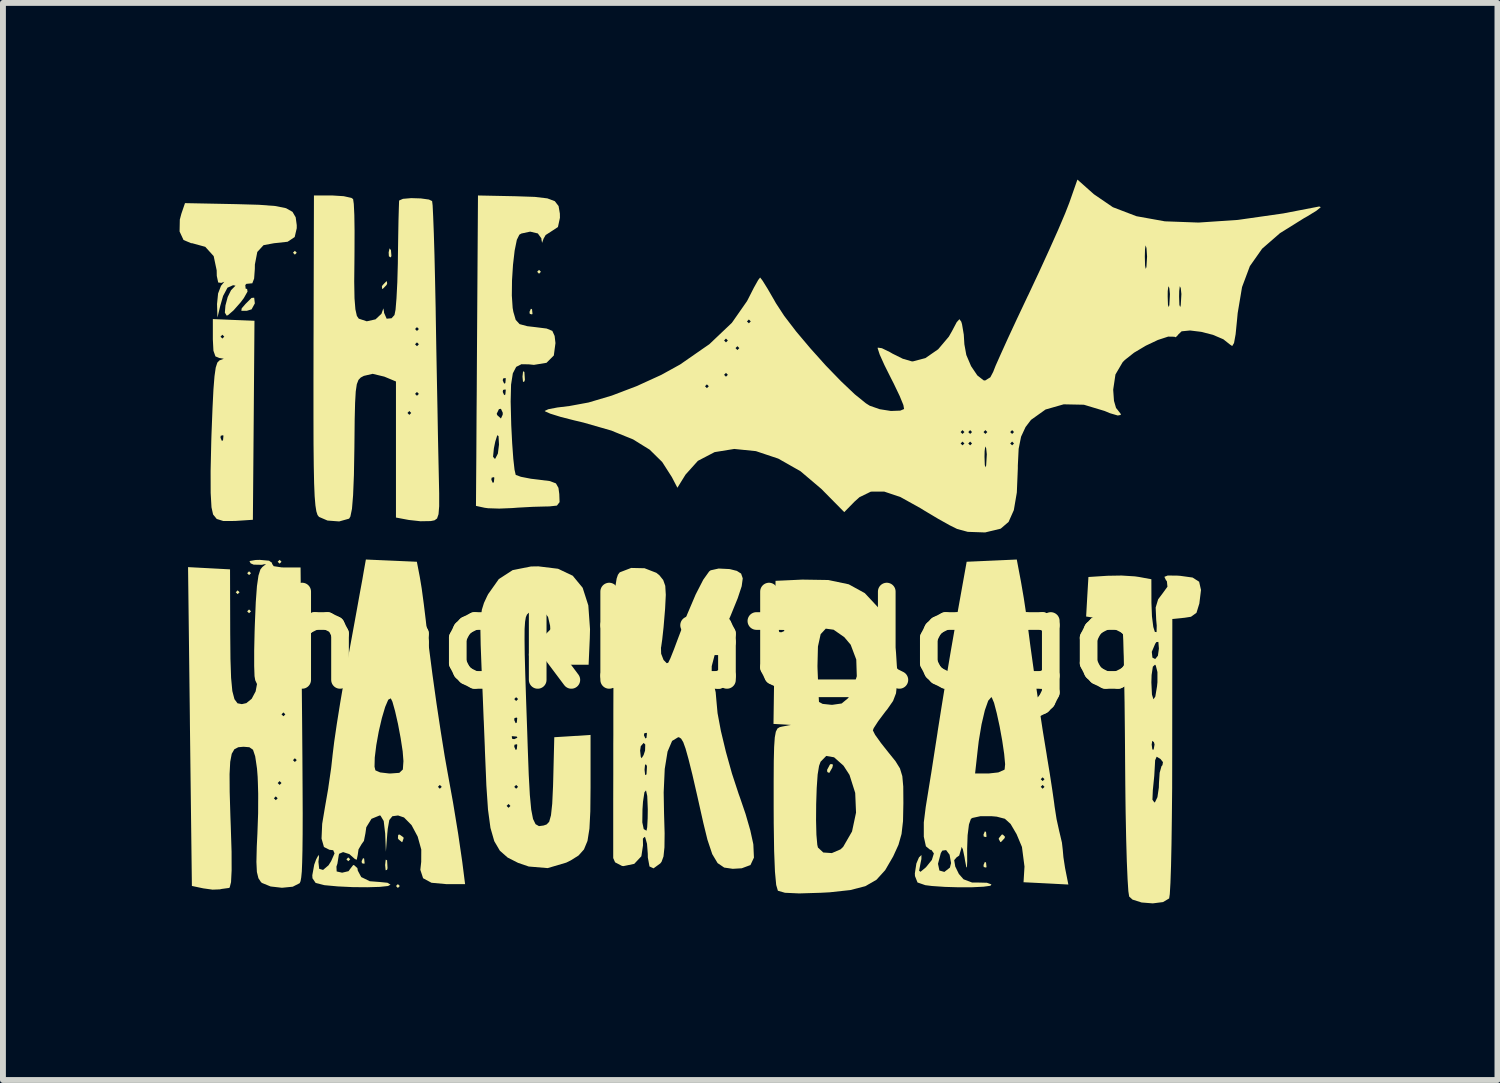
<source format=kicad_pcb>
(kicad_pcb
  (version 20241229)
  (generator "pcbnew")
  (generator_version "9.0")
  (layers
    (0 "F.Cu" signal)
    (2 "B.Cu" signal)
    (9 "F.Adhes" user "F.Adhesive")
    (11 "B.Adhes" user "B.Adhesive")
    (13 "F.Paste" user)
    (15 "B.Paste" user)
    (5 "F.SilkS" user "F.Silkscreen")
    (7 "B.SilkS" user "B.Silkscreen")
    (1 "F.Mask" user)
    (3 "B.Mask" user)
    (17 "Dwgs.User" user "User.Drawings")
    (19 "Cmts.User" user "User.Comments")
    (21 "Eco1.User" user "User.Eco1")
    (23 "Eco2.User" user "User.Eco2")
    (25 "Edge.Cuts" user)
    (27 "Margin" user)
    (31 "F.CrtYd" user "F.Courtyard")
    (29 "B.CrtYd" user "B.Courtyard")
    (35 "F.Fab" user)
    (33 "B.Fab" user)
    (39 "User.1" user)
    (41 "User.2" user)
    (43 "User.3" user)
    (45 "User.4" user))
  (footprint "hackbat_logo"
    (layer "F.Cu")
    (at 9.118 7.819)
    (property "Reference" "hackbat_logo" (at 0 0 0) (layer "F.SilkS") (effects (font (size 1.5 1.5) (thickness 0.3))))
    (attr board_only exclude_from_pos_files exclude_from_bom)
    (fp_poly (pts (xy -8.099 -0.81) (xy -8.132 -0.778) (xy -8.164 -0.81) (xy -8.132 -0.842)) (stroke (width 0) (type solid)) (fill yes) (layer "F.SilkS"))
    (fp_poly (pts (xy -7.905 -1.134) (xy -7.938 -1.102) (xy -7.97 -1.134) (xy -7.938 -1.166)) (stroke (width 0) (type solid)) (fill yes) (layer "F.SilkS"))
    (fp_poly (pts (xy -7.905 -0.486) (xy -7.938 -0.454) (xy -7.97 -0.486) (xy -7.938 -0.518)) (stroke (width 0) (type solid)) (fill yes) (layer "F.SilkS"))
    (fp_poly (pts (xy -7.387 -1.328) (xy -7.419 -1.296) (xy -7.452 -1.328) (xy -7.419 -1.361)) (stroke (width 0) (type solid)) (fill yes) (layer "F.SilkS"))
    (fp_poly (pts (xy -7.128 -6.577) (xy -7.16 -6.544) (xy -7.192 -6.577) (xy -7.16 -6.609)) (stroke (width 0) (type solid)) (fill yes) (layer "F.SilkS"))
    (fp_poly (pts (xy -6.22 3.726) (xy -6.253 3.758) (xy -6.285 3.726) (xy -6.253 3.693)) (stroke (width 0) (type solid)) (fill yes) (layer "F.SilkS"))
    (fp_poly (pts (xy -5.378 4.179) (xy -5.41 4.212) (xy -5.443 4.179) (xy -5.41 4.147)) (stroke (width 0) (type solid)) (fill yes) (layer "F.SilkS"))
    (fp_poly (pts (xy -2.981 -6.253) (xy -3.013 -6.22) (xy -3.045 -6.253) (xy -3.013 -6.285)) (stroke (width 0) (type solid)) (fill yes) (layer "F.SilkS"))
    (fp_poly (pts (xy -5.983 3.715) (xy -5.975 3.792) (xy -5.983 3.801) (xy -6.021 3.792) (xy -6.026 3.758) (xy -6.002 3.705)) (stroke (width 0) (type solid)) (fill yes) (layer "F.SilkS"))
    (fp_poly (pts (xy -5.594 3.742) (xy -5.586 3.875) (xy -5.594 3.904) (xy -5.618 3.912) (xy -5.627 3.823) (xy -5.617 3.731)) (stroke (width 0) (type solid)) (fill yes) (layer "F.SilkS"))
    (fp_poly (pts (xy -5.528 -6.621) (xy -5.52 -6.52) (xy -5.533 -6.497) (xy -5.563 -6.516) (xy -5.567 -6.582) (xy -5.552 -6.651)) (stroke (width 0) (type solid)) (fill yes) (layer "F.SilkS"))
    (fp_poly (pts (xy -3.262 -4.552) (xy -3.253 -4.419) (xy -3.262 -4.39) (xy -3.285 -4.382) (xy -3.294 -4.471) (xy -3.284 -4.563)) (stroke (width 0) (type solid)) (fill yes) (layer "F.SilkS"))
    (fp_poly (pts (xy -3.132 -5.616) (xy -3.124 -5.539) (xy -3.132 -5.529) (xy -3.17 -5.538) (xy -3.175 -5.572) (xy -3.151 -5.626)) (stroke (width 0) (type solid)) (fill yes) (layer "F.SilkS"))
    (fp_poly (pts (xy 4.579 3.261) (xy 4.587 3.338) (xy 4.579 3.348) (xy 4.54 3.339) (xy 4.536 3.305) (xy 4.559 3.251)) (stroke (width 0) (type solid)) (fill yes) (layer "F.SilkS"))
    (fp_poly (pts (xy 4.579 3.78) (xy 4.587 3.857) (xy 4.579 3.866) (xy 4.54 3.857) (xy 4.536 3.823) (xy 4.559 3.77)) (stroke (width 0) (type solid)) (fill yes) (layer "F.SilkS"))
    (fp_poly (pts (xy 1.98 2.117) (xy 1.969 2.167) (xy 1.916 2.259) (xy 1.883 2.243) (xy 1.879 2.207) (xy 1.926 2.119) (xy 1.943 2.106)) (stroke (width 0) (type solid)) (fill yes) (layer "F.SilkS"))
    (fp_poly (pts (xy -5.593 -6.049) (xy -5.605 -6.026) (xy -5.666 -5.964) (xy -5.677 -5.961) (xy -5.682 -6.003) (xy -5.67 -6.026) (xy -5.609 -6.088) (xy -5.597 -6.091)) (stroke (width 0) (type solid)) (fill yes) (layer "F.SilkS"))
    (fp_poly (pts (xy -5.316 3.352) (xy -5.313 3.369) (xy -5.335 3.432) (xy -5.342 3.434) (xy -5.397 3.389) (xy -5.41 3.369) (xy -5.405 3.31) (xy -5.382 3.305)) (stroke (width 0) (type solid)) (fill yes) (layer "F.SilkS"))
    (fp_poly (pts (xy 4.902 3.344) (xy 4.892 3.369) (xy 4.834 3.431) (xy 4.823 3.434) (xy 4.796 3.384) (xy 4.795 3.369) (xy 4.845 3.307) (xy 4.864 3.305)) (stroke (width 0) (type solid)) (fill yes) (layer "F.SilkS"))
    (fp_poly (pts (xy -7.84 -5.718) (xy -7.84 -5.716) (xy -7.895 -5.615) (xy -7.977 -5.59) (xy -8.069 -5.59) (xy -8.063 -5.632) (xy -7.999 -5.706) (xy -7.896 -5.809) (xy -7.851 -5.813)) (stroke (width 0) (type solid)) (fill yes) (layer "F.SilkS"))
    (fp_poly (pts (xy -8.199 -5.435) (xy -7.846 -5.421) (xy -7.859 -3.731) (xy -7.873 -2.041) (xy -8.176 -2.021) (xy -8.375 -2.02) (xy -8.487 -2.055) (xy -8.549 -2.131) (xy -8.576 -2.253) (xy -8.59 -2.498) (xy -8.591 -2.867) (xy -8.58 -3.362) (xy -8.578 -3.434) (xy -8.423 -3.434) (xy -8.4 -3.381) (xy -8.38 -3.391) (xy -8.373 -3.468) (xy -8.38 -3.477) (xy -8.419 -3.468) (xy -8.423 -3.434) (xy -8.578 -3.434) (xy -8.576 -3.492) (xy -8.559 -3.929) (xy -8.543 -4.252) (xy -8.525 -4.479) (xy -8.504 -4.626) (xy -8.477 -4.71) (xy -8.442 -4.747) (xy -8.43 -4.752) (xy -8.367 -4.776) (xy -8.43 -4.787) (xy -8.44 -4.787) (xy -8.509 -4.816) (xy -8.543 -4.912) (xy -8.553 -5.104) (xy -8.553 -5.122) (xy -8.553 -5.151) (xy -8.423 -5.151) (xy -8.391 -5.119) (xy -8.359 -5.151) (xy -8.391 -5.184) (xy -8.423 -5.151) (xy -8.553 -5.151) (xy -8.553 -5.45)) (stroke (width 0) (type solid)) (fill yes) (layer "F.SilkS"))
    (fp_poly (pts (xy -8.158 -7.402) (xy -7.77 -7.391) (xy -7.494 -7.37) (xy -7.31 -7.333) (xy -7.2 -7.271) (xy -7.146 -7.178) (xy -7.128 -7.046) (xy -7.128 -6.993) (xy -7.163 -6.843) (xy -7.283 -6.763) (xy -7.505 -6.739) (xy -7.509 -6.739) (xy -7.692 -6.705) (xy -7.798 -6.59) (xy -7.839 -6.377) (xy -7.84 -6.301) (xy -7.852 -6.138) (xy -7.883 -6.057) (xy -7.901 -6.056) (xy -7.984 -6.048) (xy -8.002 -6.027) (xy -7.996 -5.967) (xy -7.971 -5.961) (xy -7.964 -5.917) (xy -8.027 -5.806) (xy -8.081 -5.734) (xy -8.202 -5.597) (xy -8.295 -5.517) (xy -8.318 -5.508) (xy -8.349 -5.559) (xy -8.339 -5.681) (xy -8.301 -5.824) (xy -8.244 -5.94) (xy -8.212 -5.973) (xy -8.168 -6.017) (xy -8.209 -6.025) (xy -8.304 -5.983) (xy -8.379 -5.843) (xy -8.427 -5.675) (xy -8.475 -5.475) (xy -8.482 -5.705) (xy -8.464 -5.885) (xy -8.414 -6.015) (xy -8.407 -6.023) (xy -8.359 -6.083) (xy -8.404 -6.066) (xy -8.407 -6.064) (xy -8.462 -6.071) (xy -8.486 -6.183) (xy -8.488 -6.278) (xy -8.539 -6.519) (xy -8.682 -6.677) (xy -8.904 -6.738) (xy -8.923 -6.739) (xy -9.051 -6.793) (xy -9.118 -6.937) (xy -9.114 -7.14) (xy -9.088 -7.238) (xy -9.026 -7.419)) (stroke (width 0) (type solid)) (fill yes) (layer "F.SilkS"))
    (fp_poly (pts (xy 1.9 -1.018) (xy 2.247 -0.945) (xy 2.52 -0.795) (xy 2.742 -0.557) (xy 2.895 -0.3) (xy 2.996 -0.054) (xy 3.05 0.213) (xy 3.067 0.486) (xy 3.068 0.738) (xy 3.05 0.906) (xy 3 1.036) (xy 2.905 1.173) (xy 2.867 1.22) (xy 2.748 1.379) (xy 2.671 1.498) (xy 2.657 1.536) (xy 2.695 1.611) (xy 2.795 1.751) (xy 2.916 1.904) (xy 3.041 2.059) (xy 3.117 2.182) (xy 3.157 2.313) (xy 3.173 2.491) (xy 3.175 2.756) (xy 3.175 2.776) (xy 3.169 3.077) (xy 3.144 3.295) (xy 3.092 3.479) (xy 3.002 3.676) (xy 3.001 3.678) (xy 2.866 3.91) (xy 2.718 4.073) (xy 2.529 4.182) (xy 2.273 4.248) (xy 1.923 4.286) (xy 1.772 4.294) (xy 1.406 4.305) (xy 1.164 4.294) (xy 1.046 4.26) (xy 1.043 4.257) (xy 1.015 4.161) (xy 0.994 3.936) (xy 0.98 3.584) (xy 0.973 3.106) (xy 0.973 3.065) (xy 1.692 3.065) (xy 1.698 3.308) (xy 1.713 3.479) (xy 1.724 3.526) (xy 1.815 3.61) (xy 1.96 3.62) (xy 2.107 3.557) (xy 2.152 3.515) (xy 2.303 3.253) (xy 2.371 2.933) (xy 2.357 2.598) (xy 2.26 2.292) (xy 2.158 2.135) (xy 1.998 1.993) (xy 1.865 1.97) (xy 1.769 2.068) (xy 1.743 2.139) (xy 1.719 2.286) (xy 1.703 2.516) (xy 1.694 2.788) (xy 1.692 3.065) (xy 0.973 3.065) (xy 0.972 2.843) (xy 0.972 2.394) (xy 0.974 2.057) (xy 0.98 1.817) (xy 0.991 1.656) (xy 1.009 1.558) (xy 1.036 1.505) (xy 1.074 1.481) (xy 1.118 1.471) (xy 1.264 1.443) (xy 1.116 1.434) (xy 0.969 1.426) (xy 0.983 0.442) (xy 1.716 0.442) (xy 1.717 0.486) (xy 1.727 0.735) (xy 1.735 0.932) (xy 1.741 1.043) (xy 1.742 1.053) (xy 1.804 1.086) (xy 1.946 1.101) (xy 1.966 1.102) (xy 2.127 1.079) (xy 2.236 0.989) (xy 2.3 0.884) (xy 2.384 0.616) (xy 2.375 0.333) (xy 2.28 0.081) (xy 2.171 -0.048) (xy 1.99 -0.174) (xy 1.857 -0.192) (xy 1.77 -0.098) (xy 1.724 0.112) (xy 1.716 0.442) (xy 0.983 0.442) (xy 0.987 0.211) (xy 0.992 -0.173) (xy 1.058 -0.173) (xy 1.067 -0.134) (xy 1.102 -0.13) (xy 1.155 -0.153) (xy 1.145 -0.173) (xy 1.068 -0.181) (xy 1.058 -0.173) (xy 0.992 -0.173) (xy 1.004 -1.004) (xy 1.458 -1.025)) (stroke (width 0) (type solid)) (fill yes) (layer "F.SilkS"))
    (fp_poly (pts (xy 7.82 -1.093) (xy 7.877 -1.089) (xy 8.087 -1.06) (xy 8.198 -0.989) (xy 8.23 -0.849) (xy 8.201 -0.613) (xy 8.2 -0.613) (xy 8.153 -0.461) (xy 8.06 -0.394) (xy 7.952 -0.377) (xy 7.743 -0.356) (xy 7.741 1.976) (xy 7.74 2.516) (xy 7.735 3.016) (xy 7.729 3.461) (xy 7.721 3.836) (xy 7.711 4.126) (xy 7.7 4.316) (xy 7.689 4.39) (xy 7.585 4.452) (xy 7.411 4.474) (xy 7.221 4.459) (xy 7.067 4.41) (xy 7.01 4.358) (xy 6.996 4.267) (xy 6.983 4.064) (xy 6.97 3.763) (xy 6.959 3.38) (xy 6.95 2.932) (xy 6.947 2.713) (xy 7.405 2.713) (xy 7.438 2.76) (xy 7.449 2.755) (xy 7.49 2.67) (xy 7.514 2.506) (xy 7.516 2.431) (xy 7.528 2.255) (xy 7.559 2.144) (xy 7.575 2.127) (xy 7.584 2.075) (xy 7.542 2.022) (xy 7.477 1.983) (xy 7.451 2.043) (xy 7.447 2.12) (xy 7.436 2.31) (xy 7.414 2.53) (xy 7.412 2.549) (xy 7.405 2.713) (xy 6.947 2.713) (xy 6.944 2.435) (xy 6.941 2.073) (xy 6.939 1.776) (xy 7.392 1.776) (xy 7.404 1.861) (xy 7.426 1.862) (xy 7.441 1.775) (xy 7.431 1.737) (xy 7.402 1.713) (xy 7.392 1.776) (xy 6.939 1.776) (xy 6.937 1.552) (xy 6.932 1.069) (xy 6.926 0.72) (xy 7.387 0.72) (xy 7.397 0.928) (xy 7.422 1.008) (xy 7.454 0.962) (xy 7.483 0.788) (xy 7.49 0.718) (xy 7.49 0.545) (xy 7.462 0.434) (xy 7.449 0.42) (xy 7.412 0.454) (xy 7.391 0.595) (xy 7.387 0.72) (xy 6.926 0.72) (xy 6.925 0.641) (xy 6.918 0.283) (xy 6.915 0.202) (xy 7.394 0.202) (xy 7.405 0.3) (xy 7.452 0.324) (xy 7.498 0.268) (xy 7.515 0.146) (xy 7.506 0.033) (xy 7.472 0.036) (xy 7.452 0.065) (xy 7.394 0.202) (xy 6.915 0.202) (xy 6.91 0.013) (xy 6.902 -0.156) (xy 6.896 -0.204) (xy 6.805 -0.29) (xy 6.601 -0.349) (xy 6.571 -0.354) (xy 6.279 -0.398) (xy 6.298 -0.733) (xy 6.318 -1.069) (xy 6.641 -1.09) (xy 6.882 -1.094) (xy 7.107 -1.08) (xy 7.176 -1.07) (xy 7.387 -1.031) (xy 7.388 -0.629) (xy 7.397 -0.401) (xy 7.42 -0.22) (xy 7.446 -0.137) (xy 7.475 -0.133) (xy 7.478 -0.244) (xy 7.469 -0.342) (xy 7.46 -0.551) (xy 7.502 -0.69) (xy 7.572 -0.783) (xy 7.66 -0.904) (xy 7.651 -0.995) (xy 7.633 -1.019) (xy 7.608 -1.072) (xy 7.663 -1.094)) (stroke (width 0) (type solid)) (fill yes) (layer "F.SilkS"))
    (fp_poly (pts (xy -7.599 -1.346) (xy -7.545 -1.308) (xy -7.549 -1.296) (xy -7.52 -1.253) (xy -7.383 -1.232) (xy -7.326 -1.231) (xy -7.063 -1.231) (xy -7.053 -0.243) (xy -7.044 0.619) (xy -7.037 1.36) (xy -7.032 1.99) (xy -7.029 2.517) (xy -7.027 2.95) (xy -7.028 3.3) (xy -7.031 3.574) (xy -7.036 3.781) (xy -7.042 3.932) (xy -7.052 4.034) (xy -7.063 4.096) (xy -7.077 4.129) (xy -7.078 4.131) (xy -7.196 4.191) (xy -7.379 4.209) (xy -7.572 4.187) (xy -7.719 4.127) (xy -7.736 4.112) (xy -7.779 4.047) (xy -7.805 3.941) (xy -7.813 3.771) (xy -7.807 3.511) (xy -7.796 3.284) (xy -7.784 2.943) (xy -7.783 2.689) (xy -7.516 2.689) (xy -7.484 2.721) (xy -7.452 2.689) (xy -7.484 2.657) (xy -7.516 2.689) (xy -7.783 2.689) (xy -7.783 2.608) (xy -7.788 2.43) (xy -7.452 2.43) (xy -7.419 2.462) (xy -7.387 2.43) (xy -7.419 2.397) (xy -7.452 2.43) (xy -7.788 2.43) (xy -7.792 2.324) (xy -7.803 2.184) (xy -7.824 2.041) (xy -7.192 2.041) (xy -7.16 2.073) (xy -7.128 2.041) (xy -7.16 2.009) (xy -7.192 2.041) (xy -7.824 2.041) (xy -7.834 1.976) (xy -7.871 1.865) (xy -7.933 1.822) (xy -8.032 1.814) (xy -8.121 1.822) (xy -8.187 1.856) (xy -8.232 1.933) (xy -8.258 2.069) (xy -8.269 2.28) (xy -8.267 2.582) (xy -8.255 2.992) (xy -8.249 3.155) (xy -8.235 3.595) (xy -8.234 3.912) (xy -8.244 4.113) (xy -8.267 4.204) (xy -8.278 4.212) (xy -8.404 4.229) (xy -8.434 4.236) (xy -8.557 4.241) (xy -8.715 4.219) (xy -8.909 4.178) (xy -8.942 1.471) (xy -8.944 1.264) (xy -7.387 1.264) (xy -7.354 1.296) (xy -7.322 1.264) (xy -7.354 1.231) (xy -7.387 1.264) (xy -8.944 1.264) (xy -8.974 -1.237) (xy -8.618 -1.218) (xy -8.261 -1.199) (xy -8.258 -0.113) (xy -8.254 0.323) (xy -8.243 0.645) (xy -8.222 0.868) (xy -8.186 1.006) (xy -8.134 1.076) (xy -8.06 1.09) (xy -7.984 1.073) (xy -7.893 0.999) (xy -7.826 0.873) (xy -7.803 0.749) (xy -7.833 0.685) (xy -7.845 0.615) (xy -7.851 0.44) (xy -7.851 0.182) (xy -7.844 -0.133) (xy -7.84 -0.255) (xy -7.824 -0.64) (xy -7.804 -0.914) (xy -7.778 -1.094) (xy -7.745 -1.198) (xy -7.711 -1.24) (xy -7.649 -1.289) (xy -7.698 -1.282) (xy -7.717 -1.276) (xy -7.86 -1.279) (xy -7.911 -1.301) (xy -7.931 -1.34) (xy -7.828 -1.358) (xy -7.755 -1.36)) (stroke (width 0) (type solid)) (fill yes) (layer "F.SilkS"))
    (fp_poly (pts (xy -3.408 -7.536) (xy -3.086 -7.525) (xy -2.872 -7.5) (xy -2.745 -7.452) (xy -2.681 -7.369) (xy -2.659 -7.241) (xy -2.658 -7.17) (xy -2.692 -7.013) (xy -2.783 -6.953) (xy -2.901 -6.877) (xy -2.937 -6.813) (xy -2.961 -6.744) (xy -2.972 -6.802) (xy -2.973 -6.82) (xy -3.033 -6.904) (xy -3.163 -6.935) (xy -3.312 -6.903) (xy -3.347 -6.883) (xy -3.39 -6.796) (xy -3.427 -6.614) (xy -3.455 -6.372) (xy -3.472 -6.106) (xy -3.475 -5.85) (xy -3.461 -5.639) (xy -3.449 -5.572) (xy -3.409 -5.436) (xy -3.343 -5.364) (xy -3.213 -5.329) (xy -3.075 -5.313) (xy -2.884 -5.289) (xy -2.787 -5.249) (xy -2.748 -5.163) (xy -2.734 -5.042) (xy -2.762 -4.831) (xy -2.886 -4.707) (xy -3.1 -4.672) (xy -3.186 -4.681) (xy -3.312 -4.683) (xy -3.401 -4.638) (xy -3.458 -4.528) (xy -3.488 -4.337) (xy -3.495 -4.05) (xy -3.485 -3.65) (xy -3.485 -3.649) (xy -3.469 -3.339) (xy -3.45 -3.077) (xy -3.429 -2.89) (xy -3.409 -2.804) (xy -3.408 -2.803) (xy -3.321 -2.771) (xy -3.151 -2.738) (xy -3.025 -2.723) (xy -2.828 -2.698) (xy -2.726 -2.659) (xy -2.683 -2.583) (xy -2.669 -2.478) (xy -2.664 -2.341) (xy -2.709 -2.282) (xy -2.838 -2.268) (xy -2.896 -2.267) (xy -3.117 -2.261) (xy -3.377 -2.247) (xy -3.467 -2.24) (xy -3.688 -2.231) (xy -3.878 -2.237) (xy -3.937 -2.245) (xy -4.084 -2.277) (xy -4.081 -2.721) (xy -3.823 -2.721) (xy -3.799 -2.668) (xy -3.78 -2.678) (xy -3.772 -2.755) (xy -3.78 -2.765) (xy -3.818 -2.756) (xy -3.823 -2.721) (xy -4.081 -2.721) (xy -4.078 -3.111) (xy -3.794 -3.111) (xy -3.763 -3.075) (xy -3.757 -3.078) (xy -3.712 -3.165) (xy -3.693 -3.318) (xy -3.693 -3.319) (xy -3.701 -3.462) (xy -3.722 -3.478) (xy -3.757 -3.366) (xy -3.78 -3.253) (xy -3.794 -3.111) (xy -4.078 -3.111) (xy -4.074 -3.842) (xy -3.732 -3.842) (xy -3.723 -3.818) (xy -3.66 -3.761) (xy -3.63 -3.826) (xy -3.629 -3.859) (xy -3.66 -3.926) (xy -3.694 -3.92) (xy -3.732 -3.842) (xy -4.074 -3.842) (xy -4.071 -4.212) (xy -3.629 -4.212) (xy -3.605 -4.158) (xy -3.585 -4.169) (xy -3.578 -4.245) (xy -3.585 -4.255) (xy -3.624 -4.246) (xy -3.629 -4.212) (xy -4.071 -4.212) (xy -4.07 -4.406) (xy -3.629 -4.406) (xy -3.605 -4.353) (xy -3.585 -4.363) (xy -3.578 -4.44) (xy -3.585 -4.449) (xy -3.624 -4.44) (xy -3.629 -4.406) (xy -4.07 -4.406) (xy -4.067 -4.913) (xy -4.05 -7.549)) (stroke (width 0) (type solid)) (fill yes) (layer "F.SilkS"))
    (fp_poly (pts (xy -6.331 -7.537) (xy -6.2 -7.508) (xy -6.171 -7.488) (xy -6.159 -7.405) (xy -6.15 -7.217) (xy -6.146 -6.949) (xy -6.147 -6.624) (xy -6.148 -6.479) (xy -6.152 -6.085) (xy -6.147 -5.803) (xy -6.132 -5.616) (xy -6.107 -5.504) (xy -6.075 -5.457) (xy -5.939 -5.412) (xy -5.79 -5.445) (xy -5.689 -5.54) (xy -5.681 -5.563) (xy -5.657 -5.632) (xy -5.646 -5.574) (xy -5.645 -5.556) (xy -5.601 -5.456) (xy -5.517 -5.464) (xy -5.468 -5.519) (xy -5.45 -5.609) (xy -5.434 -5.802) (xy -5.42 -6.074) (xy -5.411 -6.398) (xy -5.41 -6.507) (xy -5.405 -6.839) (xy -5.4 -7.123) (xy -5.394 -7.335) (xy -5.39 -7.451) (xy -5.388 -7.464) (xy -5.324 -7.492) (xy -5.184 -7.504) (xy -5.02 -7.499) (xy -4.883 -7.48) (xy -4.829 -7.454) (xy -4.82 -7.379) (xy -4.811 -7.192) (xy -4.8 -6.908) (xy -4.789 -6.544) (xy -4.779 -6.117) (xy -4.769 -5.642) (xy -4.767 -5.501) (xy -4.758 -4.969) (xy -4.748 -4.437) (xy -4.738 -3.929) (xy -4.73 -3.474) (xy -4.722 -3.095) (xy -4.716 -2.82) (xy -4.716 -2.819) (xy -4.709 -2.491) (xy -4.709 -2.271) (xy -4.72 -2.136) (xy -4.745 -2.063) (xy -4.788 -2.032) (xy -4.852 -2.019) (xy -5.026 -2.016) (xy -5.225 -2.038) (xy -5.443 -2.079) (xy -5.443 -3.235) (xy -5.443 -3.855) (xy -5.248 -3.855) (xy -5.216 -3.823) (xy -5.184 -3.855) (xy -5.216 -3.888) (xy -5.248 -3.855) (xy -5.443 -3.855) (xy -5.443 -4.179) (xy -5.119 -4.179) (xy -5.086 -4.147) (xy -5.054 -4.179) (xy -5.086 -4.212) (xy -5.119 -4.179) (xy -5.443 -4.179) (xy -5.443 -4.39) (xy -5.64 -4.472) (xy -5.839 -4.52) (xy -5.988 -4.485) (xy -6.041 -4.457) (xy -6.08 -4.416) (xy -6.108 -4.343) (xy -6.126 -4.22) (xy -6.137 -4.027) (xy -6.144 -3.746) (xy -6.148 -3.358) (xy -6.149 -3.264) (xy -6.157 -2.801) (xy -6.171 -2.458) (xy -6.19 -2.227) (xy -6.217 -2.096) (xy -6.239 -2.06) (xy -6.407 -2.013) (xy -6.606 -2.028) (xy -6.75 -2.09) (xy -6.775 -2.122) (xy -6.795 -2.184) (xy -6.811 -2.287) (xy -6.824 -2.442) (xy -6.833 -2.661) (xy -6.839 -2.956) (xy -6.843 -3.337) (xy -6.844 -3.818) (xy -6.844 -4.409) (xy -6.843 -4.86) (xy -6.843 -5.022) (xy -5.119 -5.022) (xy -5.086 -4.989) (xy -5.054 -5.022) (xy -5.086 -5.054) (xy -5.119 -5.022) (xy -6.843 -5.022) (xy -6.842 -5.281) (xy -5.119 -5.281) (xy -5.086 -5.248) (xy -5.054 -5.281) (xy -5.086 -5.313) (xy -5.119 -5.281) (xy -6.842 -5.281) (xy -6.836 -7.549) (xy -6.522 -7.549)) (stroke (width 0) (type solid)) (fill yes) (layer "F.SilkS"))
    (fp_poly (pts (xy -2.69 -1.209) (xy -2.441 -1.091) (xy -2.272 -0.886) (xy -2.176 -0.587) (xy -2.147 -0.183) (xy -2.151 -0.029) (xy -2.171 0.421) (xy -2.487 0.421) (xy -2.804 0.421) (xy -2.811 0.007) (xy -2.825 -0.241) (xy -2.86 -0.391) (xy -2.924 -0.473) (xy -2.932 -0.478) (xy -3.07 -0.516) (xy -3.159 -0.478) (xy -3.192 -0.457) (xy -3.218 -0.431) (xy -3.237 -0.386) (xy -3.25 -0.309) (xy -3.258 -0.188) (xy -3.259 -0.009) (xy -3.256 0.242) (xy -3.247 0.576) (xy -3.233 1.009) (xy -3.214 1.551) (xy -3.205 1.826) (xy -3.188 2.288) (xy -3.169 2.634) (xy -3.146 2.88) (xy -3.115 3.04) (xy -3.072 3.129) (xy -3.014 3.162) (xy -2.937 3.152) (xy -2.885 3.134) (xy -2.841 3.089) (xy -2.81 2.978) (xy -2.789 2.782) (xy -2.775 2.482) (xy -2.772 2.375) (xy -2.754 1.652) (xy -2.446 1.633) (xy -2.138 1.613) (xy -2.138 2.509) (xy -2.142 2.911) (xy -2.157 3.205) (xy -2.19 3.413) (xy -2.25 3.558) (xy -2.342 3.661) (xy -2.474 3.744) (xy -2.551 3.782) (xy -2.866 3.875) (xy -3.188 3.848) (xy -3.369 3.786) (xy -3.546 3.696) (xy -3.678 3.58) (xy -3.773 3.418) (xy -3.838 3.192) (xy -3.88 2.88) (xy -3.884 2.819) (xy -3.564 2.819) (xy -3.531 2.851) (xy -3.499 2.819) (xy -3.531 2.786) (xy -3.564 2.819) (xy -3.884 2.819) (xy -3.906 2.495) (xy -3.434 2.495) (xy -3.402 2.527) (xy -3.369 2.495) (xy -3.402 2.462) (xy -3.434 2.495) (xy -3.906 2.495) (xy -3.908 2.464) (xy -3.913 2.333) (xy -3.932 1.882) (xy -3.934 1.814) (xy -3.434 1.814) (xy -3.41 1.868) (xy -3.391 1.857) (xy -3.383 1.781) (xy -3.391 1.771) (xy -3.43 1.78) (xy -3.434 1.814) (xy -3.934 1.814) (xy -3.941 1.641) (xy -3.477 1.641) (xy -3.468 1.68) (xy -3.434 1.685) (xy -3.381 1.661) (xy -3.391 1.641) (xy -3.468 1.634) (xy -3.477 1.641) (xy -3.941 1.641) (xy -3.952 1.368) (xy -3.953 1.361) (xy -3.434 1.361) (xy -3.41 1.414) (xy -3.391 1.404) (xy -3.383 1.327) (xy -3.391 1.318) (xy -3.43 1.326) (xy -3.434 1.361) (xy -3.953 1.361) (xy -3.967 1.004) (xy -3.434 1.004) (xy -3.402 1.037) (xy -3.369 1.004) (xy -3.402 0.972) (xy -3.434 1.004) (xy -3.967 1.004) (xy -3.973 0.857) (xy -3.99 0.454) (xy -4.004 0.083) (xy -4.009 -0.184) (xy -4.003 -0.374) (xy -3.984 -0.514) (xy -3.948 -0.629) (xy -3.894 -0.745) (xy -3.877 -0.778) (xy -3.696 -1.034) (xy -3.461 -1.186) (xy -3.149 -1.248) (xy -3.024 -1.25)) (stroke (width 0) (type solid)) (fill yes) (layer "F.SilkS"))
    (fp_poly (pts (xy -5.521 -1.347) (xy -5.088 -1.328) (xy -5.038 -1.069) (xy -5.006 -0.876) (xy -4.97 -0.608) (xy -4.935 -0.321) (xy -4.932 -0.292) (xy -4.884 0.117) (xy -4.823 0.588) (xy -4.754 1.081) (xy -4.682 1.557) (xy -4.615 1.976) (xy -4.569 2.235) (xy -4.473 2.764) (xy -4.386 3.295) (xy -4.317 3.768) (xy -4.308 3.839) (xy -4.269 4.147) (xy -4.589 4.147) (xy -4.84 4.124) (xy -4.982 4.047) (xy -5.029 3.904) (xy -5.014 3.769) (xy -5.013 3.56) (xy -5.074 3.34) (xy -5.178 3.145) (xy -5.306 3.015) (xy -5.407 2.981) (xy -5.504 2.994) (xy -5.556 3.058) (xy -5.582 3.206) (xy -5.59 3.288) (xy -5.614 3.596) (xy -5.626 3.288) (xy -5.651 3.075) (xy -5.705 2.984) (xy -5.721 2.981) (xy -5.859 3.038) (xy -5.947 3.181) (xy -5.961 3.281) (xy -5.987 3.413) (xy -6.026 3.467) (xy -6.079 3.557) (xy -6.092 3.649) (xy -6.109 3.733) (xy -6.14 3.721) (xy -6.235 3.637) (xy -6.341 3.603) (xy -6.409 3.632) (xy -6.415 3.658) (xy -6.437 3.798) (xy -6.454 3.85) (xy -6.45 3.932) (xy -6.357 3.953) (xy -6.248 3.927) (xy -6.22 3.888) (xy -6.171 3.825) (xy -6.156 3.823) (xy -6.098 3.875) (xy -6.091 3.918) (xy -6.033 4.027) (xy -5.887 4.098) (xy -5.717 4.111) (xy -5.587 4.124) (xy -5.535 4.156) (xy -5.577 4.179) (xy -5.719 4.194) (xy -5.928 4.2) (xy -6.175 4.198) (xy -6.429 4.186) (xy -6.658 4.165) (xy -6.807 4.127) (xy -6.861 4.048) (xy -6.864 3.997) (xy -6.831 3.816) (xy -6.798 3.726) (xy -6.757 3.65) (xy -6.75 3.687) (xy -6.76 3.768) (xy -6.747 3.887) (xy -6.681 3.906) (xy -6.588 3.827) (xy -6.543 3.755) (xy -6.486 3.625) (xy -6.509 3.571) (xy -6.572 3.564) (xy -6.666 3.517) (xy -6.707 3.373) (xy -6.696 3.123) (xy -6.649 2.842) (xy -6.594 2.526) (xy -6.59 2.495) (xy -4.73 2.495) (xy -4.698 2.527) (xy -4.665 2.495) (xy -4.698 2.462) (xy -4.73 2.495) (xy -6.59 2.495) (xy -6.545 2.185) (xy -6.541 2.153) (xy -5.807 2.153) (xy -5.792 2.215) (xy -5.711 2.25) (xy -5.557 2.268) (xy -5.536 2.268) (xy -5.386 2.257) (xy -5.326 2.2) (xy -5.316 2.059) (xy -5.316 2.057) (xy -5.329 1.891) (xy -5.363 1.669) (xy -5.408 1.429) (xy -5.458 1.209) (xy -5.503 1.049) (xy -5.531 0.992) (xy -5.574 1.015) (xy -5.626 1.137) (xy -5.682 1.326) (xy -5.735 1.553) (xy -5.777 1.786) (xy -5.803 1.996) (xy -5.807 2.153) (xy -6.541 2.153) (xy -6.517 1.935) (xy -6.492 1.731) (xy -6.448 1.43) (xy -6.389 1.061) (xy -6.319 0.653) (xy -6.253 0.283) (xy -6.18 -0.114) (xy -6.113 -0.481) (xy -6.057 -0.792) (xy -6.014 -1.025) (xy -5.992 -1.153) (xy -5.954 -1.366)) (stroke (width 0) (type solid)) (fill yes) (layer "F.SilkS"))
    (fp_poly (pts (xy 5.172 -0.991) (xy 5.22 -0.712) (xy 5.264 -0.421) (xy 5.281 -0.292) (xy 5.331 0.095) (xy 5.396 0.561) (xy 5.469 1.058) (xy 5.542 1.539) (xy 5.61 1.954) (xy 5.613 1.976) (xy 5.662 2.273) (xy 5.705 2.553) (xy 5.736 2.769) (xy 5.742 2.819) (xy 5.777 3.044) (xy 5.823 3.252) (xy 5.828 3.272) (xy 5.868 3.442) (xy 5.882 3.564) (xy 5.893 3.689) (xy 5.921 3.872) (xy 5.928 3.907) (xy 5.977 4.154) (xy 5.597 4.134) (xy 5.216 4.115) (xy 5.232 3.849) (xy 5.189 3.516) (xy 5.098 3.299) (xy 4.996 3.125) (xy 4.899 3.037) (xy 4.76 3.001) (xy 4.668 2.993) (xy 4.481 2.994) (xy 4.347 3.023) (xy 4.322 3.039) (xy 4.289 3.133) (xy 4.266 3.317) (xy 4.258 3.545) (xy 4.259 3.766) (xy 4.254 3.866) (xy 4.243 3.854) (xy 4.221 3.739) (xy 4.214 3.693) (xy 4.185 3.554) (xy 4.164 3.515) (xy 4.157 3.548) (xy 4.123 3.662) (xy 4.078 3.693) (xy 4.038 3.74) (xy 4.056 3.848) (xy 4.118 3.975) (xy 4.197 4.065) (xy 4.342 4.12) (xy 4.44 4.12) (xy 4.594 4.124) (xy 4.671 4.152) (xy 4.653 4.175) (xy 4.535 4.191) (xy 4.347 4.2) (xy 4.119 4.201) (xy 3.88 4.194) (xy 3.661 4.179) (xy 3.548 4.165) (xy 3.415 4.119) (xy 3.372 4.01) (xy 3.37 3.964) (xy 3.396 3.796) (xy 3.44 3.693) (xy 3.482 3.653) (xy 3.481 3.721) (xy 3.467 3.789) (xy 3.442 3.919) (xy 3.466 3.938) (xy 3.558 3.861) (xy 3.559 3.86) (xy 3.606 3.802) (xy 3.763 3.802) (xy 3.787 3.916) (xy 3.871 3.94) (xy 3.965 3.867) (xy 3.985 3.79) (xy 3.96 3.648) (xy 3.901 3.569) (xy 3.836 3.578) (xy 3.811 3.619) (xy 3.763 3.802) (xy 3.606 3.802) (xy 3.659 3.736) (xy 3.693 3.626) (xy 3.651 3.566) (xy 3.63 3.564) (xy 3.558 3.505) (xy 3.522 3.342) (xy 3.522 3.099) (xy 3.555 2.835) (xy 3.591 2.613) (xy 3.61 2.495) (xy 5.508 2.495) (xy 5.54 2.527) (xy 5.572 2.495) (xy 5.54 2.462) (xy 5.508 2.495) (xy 3.61 2.495) (xy 3.631 2.365) (xy 5.508 2.365) (xy 5.54 2.397) (xy 5.572 2.365) (xy 5.54 2.333) (xy 5.508 2.365) (xy 3.631 2.365) (xy 3.641 2.303) (xy 3.647 2.268) (xy 4.393 2.268) (xy 4.623 2.268) (xy 4.787 2.25) (xy 4.889 2.205) (xy 4.895 2.198) (xy 4.903 2.11) (xy 4.887 1.936) (xy 4.854 1.711) (xy 4.81 1.469) (xy 4.761 1.244) (xy 4.715 1.068) (xy 4.677 0.978) (xy 4.668 0.972) (xy 4.616 1.032) (xy 4.559 1.194) (xy 4.503 1.432) (xy 4.455 1.718) (xy 4.438 1.863) (xy 4.393 2.268) (xy 3.647 2.268) (xy 3.697 1.945) (xy 3.754 1.579) (xy 3.757 1.555) (xy 3.821 1.152) (xy 3.898 0.677) (xy 3.981 0.186) (xy 4.06 -0.266) (xy 4.07 -0.324) (xy 4.25 -1.328) (xy 4.676 -1.347) (xy 5.101 -1.366)) (stroke (width 0) (type solid)) (fill yes) (layer "F.SilkS"))
    (fp_poly (pts (xy -1.221 -1.218) (xy -1.02 -1.14) (xy -0.97 -1.1) (xy -0.904 -1.018) (xy -0.869 -0.919) (xy -0.86 -0.766) (xy -0.872 -0.526) (xy -0.877 -0.468) (xy -0.898 -0.215) (xy -0.921 -0.006) (xy -0.939 0.12) (xy -0.942 0.13) (xy -0.939 0.234) (xy -0.898 0.34) (xy -0.844 0.395) (xy -0.819 0.387) (xy -0.783 0.314) (xy -0.72 0.156) (xy -0.662 0) (xy -0.499 -0.429) (xy -0.352 -0.774) (xy -0.224 -1.023) (xy -0.124 -1.163) (xy -0.098 -1.183) (xy 0.038 -1.213) (xy 0.22 -1.204) (xy 0.232 -1.202) (xy 0.347 -1.173) (xy 0.419 -1.127) (xy 0.447 -1.046) (xy 0.429 -0.913) (xy 0.362 -0.71) (xy 0.245 -0.422) (xy 0.105 -0.097) (xy -0.02 0.216) (xy -0.08 0.445) (xy -0.081 0.617) (xy -0.061 0.69) (xy -0.013 0.887) (xy -0.001 1.025) (xy 0.019 1.243) (xy 0.076 1.547) (xy 0.161 1.901) (xy 0.264 2.27) (xy 0.378 2.617) (xy 0.399 2.675) (xy 0.495 2.956) (xy 0.575 3.233) (xy 0.623 3.452) (xy 0.627 3.475) (xy 0.637 3.697) (xy 0.578 3.823) (xy 0.43 3.878) (xy 0.277 3.887) (xy 0.132 3.866) (xy 0.02 3.79) (xy -0.071 3.638) (xy -0.153 3.392) (xy -0.222 3.11) (xy -0.327 2.642) (xy -0.409 2.285) (xy -0.474 2.025) (xy -0.524 1.846) (xy -0.564 1.735) (xy -0.6 1.676) (xy -0.634 1.654) (xy -0.65 1.652) (xy -0.753 1.715) (xy -0.83 1.896) (xy -0.878 2.19) (xy -0.896 2.589) (xy -0.89 2.936) (xy -0.88 3.283) (xy -0.883 3.523) (xy -0.899 3.677) (xy -0.932 3.768) (xy -0.953 3.795) (xy -1.068 3.879) (xy -1.137 3.847) (xy -1.165 3.695) (xy -1.166 3.632) (xy -1.179 3.462) (xy -1.209 3.355) (xy -1.219 3.344) (xy -1.249 3.374) (xy -1.247 3.488) (xy -1.275 3.674) (xy -1.396 3.803) (xy -1.579 3.841) (xy -1.604 3.838) (xy -1.721 3.777) (xy -1.753 3.705) (xy -1.753 3.617) (xy -1.753 3.415) (xy -1.753 3.113) (xy -1.753 3.098) (xy -1.259 3.098) (xy -1.235 3.212) (xy -1.188 3.24) (xy -1.176 3.181) (xy -1.168 3.029) (xy -1.166 2.873) (xy -1.175 2.65) (xy -1.196 2.555) (xy -1.223 2.587) (xy -1.247 2.746) (xy -1.256 2.878) (xy -1.259 3.098) (xy -1.753 3.098) (xy -1.753 2.729) (xy -1.752 2.276) (xy -1.752 2.203) (xy -1.221 2.203) (xy -1.211 2.295) (xy -1.188 2.284) (xy -1.18 2.151) (xy -1.188 2.122) (xy -1.212 2.114) (xy -1.221 2.203) (xy -1.752 2.203) (xy -1.752 1.879) (xy -1.296 1.879) (xy -1.285 1.985) (xy -1.271 2.009) (xy -1.237 1.955) (xy -1.212 1.879) (xy -1.209 1.776) (xy -1.237 1.749) (xy -1.285 1.804) (xy -1.296 1.879) (xy -1.752 1.879) (xy -1.752 1.77) (xy -1.751 1.62) (xy -1.231 1.62) (xy -1.207 1.673) (xy -1.188 1.663) (xy -1.18 1.586) (xy -1.188 1.577) (xy -1.226 1.586) (xy -1.231 1.62) (xy -1.751 1.62) (xy -1.751 1.264) (xy -1.749 0.647) (xy -1.746 0.147) (xy -1.741 -0.248) (xy -1.735 -0.552) (xy -1.725 -0.777) (xy -1.712 -0.936) (xy -1.695 -1.042) (xy -1.673 -1.107) (xy -1.646 -1.144) (xy -1.638 -1.15) (xy -1.448 -1.223)) (stroke (width 0) (type solid)) (fill yes) (layer "F.SilkS"))
    (fp_poly (pts (xy 6.411 -7.57) (xy 6.733 -7.35) (xy 7.133 -7.197) (xy 7.616 -7.11) (xy 8.188 -7.089) (xy 8.856 -7.134) (xy 9.626 -7.244) (xy 10.238 -7.362) (xy 10.265 -7.351) (xy 10.192 -7.291) (xy 10.036 -7.195) (xy 9.982 -7.165) (xy 9.57 -6.908) (xy 9.268 -6.645) (xy 9.06 -6.349) (xy 8.927 -5.993) (xy 8.853 -5.552) (xy 8.844 -5.456) (xy 8.818 -5.193) (xy 8.791 -5.044) (xy 8.76 -4.992) (xy 8.724 -5.016) (xy 8.609 -5.107) (xy 8.433 -5.182) (xy 8.233 -5.233) (xy 8.044 -5.256) (xy 7.901 -5.242) (xy 7.841 -5.185) (xy 7.84 -5.18) (xy 7.801 -5.141) (xy 7.777 -5.15) (xy 7.672 -5.152) (xy 7.498 -5.095) (xy 7.293 -4.998) (xy 7.093 -4.879) (xy 6.936 -4.755) (xy 6.899 -4.717) (xy 6.777 -4.509) (xy 6.739 -4.254) (xy 6.739 -4.243) (xy 6.752 -4.061) (xy 6.787 -3.94) (xy 6.804 -3.92) (xy 6.866 -3.84) (xy 6.868 -3.822) (xy 6.816 -3.812) (xy 6.684 -3.851) (xy 6.593 -3.889) (xy 6.241 -3.995) (xy 5.898 -4.002) (xy 5.59 -3.914) (xy 5.343 -3.738) (xy 5.25 -3.616) (xy 5.174 -3.452) (xy 5.133 -3.247) (xy 5.119 -2.961) (xy 5.119 -2.916) (xy 5.102 -2.504) (xy 5.051 -2.205) (xy 4.962 -2.005) (xy 4.83 -1.892) (xy 4.824 -1.889) (xy 4.563 -1.826) (xy 4.269 -1.836) (xy 4.088 -1.885) (xy 3.961 -1.948) (xy 3.763 -2.059) (xy 3.53 -2.198) (xy 3.467 -2.237) (xy 3.125 -2.427) (xy 2.849 -2.52) (xy 2.623 -2.519) (xy 2.43 -2.425) (xy 2.345 -2.349) (xy 2.171 -2.171) (xy 1.782 -2.565) (xy 1.427 -2.866) (xy 1.05 -3.08) (xy 0.96 -3.11) (xy 4.553 -3.11) (xy 4.558 -2.97) (xy 4.571 -2.932) (xy 4.581 -2.964) (xy 4.592 -3.153) (xy 4.581 -3.256) (xy 4.565 -3.287) (xy 4.555 -3.205) (xy 4.553 -3.11) (xy 0.96 -3.11) (xy 0.67 -3.207) (xy 0.303 -3.244) (xy -0.031 -3.19) (xy -0.315 -3.042) (xy -0.525 -2.808) (xy -0.663 -2.585) (xy -0.757 -2.766) (xy -0.921 -3.022) (xy -1.134 -3.232) (xy -1.304 -3.337) (xy 4.147 -3.337) (xy 4.179 -3.305) (xy 4.212 -3.337) (xy 4.277 -3.337) (xy 4.309 -3.305) (xy 4.341 -3.337) (xy 4.989 -3.337) (xy 5.022 -3.305) (xy 5.054 -3.337) (xy 5.022 -3.369) (xy 4.989 -3.337) (xy 4.341 -3.337) (xy 4.309 -3.369) (xy 4.277 -3.337) (xy 4.212 -3.337) (xy 4.179 -3.369) (xy 4.147 -3.337) (xy -1.304 -3.337) (xy -1.415 -3.406) (xy -1.724 -3.531) (xy 4.147 -3.531) (xy 4.179 -3.499) (xy 4.212 -3.531) (xy 4.277 -3.531) (xy 4.309 -3.499) (xy 4.341 -3.531) (xy 4.536 -3.531) (xy 4.568 -3.499) (xy 4.601 -3.531) (xy 4.989 -3.531) (xy 5.022 -3.499) (xy 5.054 -3.531) (xy 5.022 -3.564) (xy 4.989 -3.531) (xy 4.601 -3.531) (xy 4.568 -3.564) (xy 4.536 -3.531) (xy 4.341 -3.531) (xy 4.309 -3.564) (xy 4.277 -3.531) (xy 4.212 -3.531) (xy 4.179 -3.564) (xy 4.147 -3.531) (xy -1.724 -3.531) (xy -1.784 -3.556) (xy -2.258 -3.692) (xy -2.414 -3.729) (xy -2.648 -3.789) (xy -2.824 -3.844) (xy -2.911 -3.883) (xy -2.916 -3.89) (xy -2.857 -3.918) (xy -2.703 -3.948) (xy -2.498 -3.973) (xy -2.172 -4.033) (xy -1.778 -4.15) (xy -1.36 -4.309) (xy -0.194 -4.309) (xy -0.162 -4.277) (xy -0.13 -4.309) (xy -0.162 -4.341) (xy -0.194 -4.309) (xy -1.36 -4.309) (xy -1.355 -4.311) (xy -0.941 -4.5) (xy -0.935 -4.503) (xy 0.13 -4.503) (xy 0.162 -4.471) (xy 0.194 -4.503) (xy 0.162 -4.536) (xy 0.13 -4.503) (xy -0.935 -4.503) (xy -0.616 -4.679) (xy -0.216 -4.957) (xy 0.324 -4.957) (xy 0.356 -4.924) (xy 0.389 -4.957) (xy 0.356 -4.989) (xy 0.324 -4.957) (xy -0.216 -4.957) (xy -0.12 -5.023) (xy -0.054 -5.086) (xy 0.13 -5.086) (xy 0.162 -5.054) (xy 0.194 -5.086) (xy 0.162 -5.119) (xy 0.13 -5.086) (xy -0.054 -5.086) (xy 0.26 -5.384) (xy 0.279 -5.41) (xy 0.518 -5.41) (xy 0.551 -5.378) (xy 0.583 -5.41) (xy 0.551 -5.443) (xy 0.518 -5.41) (xy 0.279 -5.41) (xy 0.519 -5.754) (xy 0.539 -5.792) (xy 0.635 -5.981) (xy 0.709 -6.113) (xy 0.742 -6.156) (xy 0.783 -6.103) (xy 0.869 -5.965) (xy 0.983 -5.768) (xy 1.01 -5.72) (xy 1.151 -5.504) (xy 1.354 -5.239) (xy 1.597 -4.951) (xy 1.858 -4.66) (xy 2.117 -4.393) (xy 2.351 -4.171) (xy 2.539 -4.019) (xy 2.604 -3.978) (xy 2.773 -3.919) (xy 2.964 -3.889) (xy 3.123 -3.895) (xy 3.187 -3.922) (xy 3.175 -3.99) (xy 3.112 -4.144) (xy 3.011 -4.355) (xy 2.965 -4.445) (xy 2.853 -4.669) (xy 2.773 -4.847) (xy 2.739 -4.951) (xy 2.74 -4.965) (xy 2.81 -4.955) (xy 2.944 -4.89) (xy 2.99 -4.863) (xy 3.165 -4.776) (xy 3.316 -4.732) (xy 3.337 -4.731) (xy 3.549 -4.787) (xy 3.766 -4.937) (xy 3.947 -5.151) (xy 3.999 -5.242) (xy 4.081 -5.397) (xy 4.127 -5.448) (xy 4.158 -5.406) (xy 4.171 -5.363) (xy 4.201 -5.186) (xy 4.211 -5.022) (xy 4.244 -4.84) (xy 4.325 -4.65) (xy 4.431 -4.493) (xy 4.537 -4.41) (xy 4.563 -4.406) (xy 4.652 -4.461) (xy 4.7 -4.552) (xy 4.74 -4.654) (xy 4.828 -4.852) (xy 4.952 -5.126) (xy 5.105 -5.455) (xy 5.277 -5.819) (xy 5.283 -5.832) (xy 7.664 -5.832) (xy 7.669 -5.691) (xy 7.682 -5.653) (xy 7.692 -5.686) (xy 7.7 -5.832) (xy 7.858 -5.832) (xy 7.863 -5.691) (xy 7.876 -5.653) (xy 7.886 -5.686) (xy 7.897 -5.875) (xy 7.886 -5.977) (xy 7.87 -6.008) (xy 7.86 -5.927) (xy 7.858 -5.832) (xy 7.7 -5.832) (xy 7.702 -5.875) (xy 7.692 -5.977) (xy 7.676 -6.008) (xy 7.665 -5.927) (xy 7.664 -5.832) (xy 5.283 -5.832) (xy 5.299 -5.864) (xy 5.481 -6.252) (xy 5.6 -6.512) (xy 7.276 -6.512) (xy 7.28 -6.358) (xy 7.291 -6.302) (xy 7.303 -6.333) (xy 7.314 -6.511) (xy 7.304 -6.657) (xy 7.289 -6.702) (xy 7.279 -6.632) (xy 7.276 -6.512) (xy 5.6 -6.512) (xy 5.653 -6.628) (xy 5.804 -6.966) (xy 5.921 -7.241) (xy 5.993 -7.425) (xy 6.131 -7.819)) (stroke (width 0) (type solid)) (fill yes) (layer "F.SilkS")))
  (gr_rect
    (start -3 -3)
    (end 22.383 15.293)
    (stroke (width 0.1) (type default))
    (fill no)
    (layer "Edge.Cuts")))
</source>
